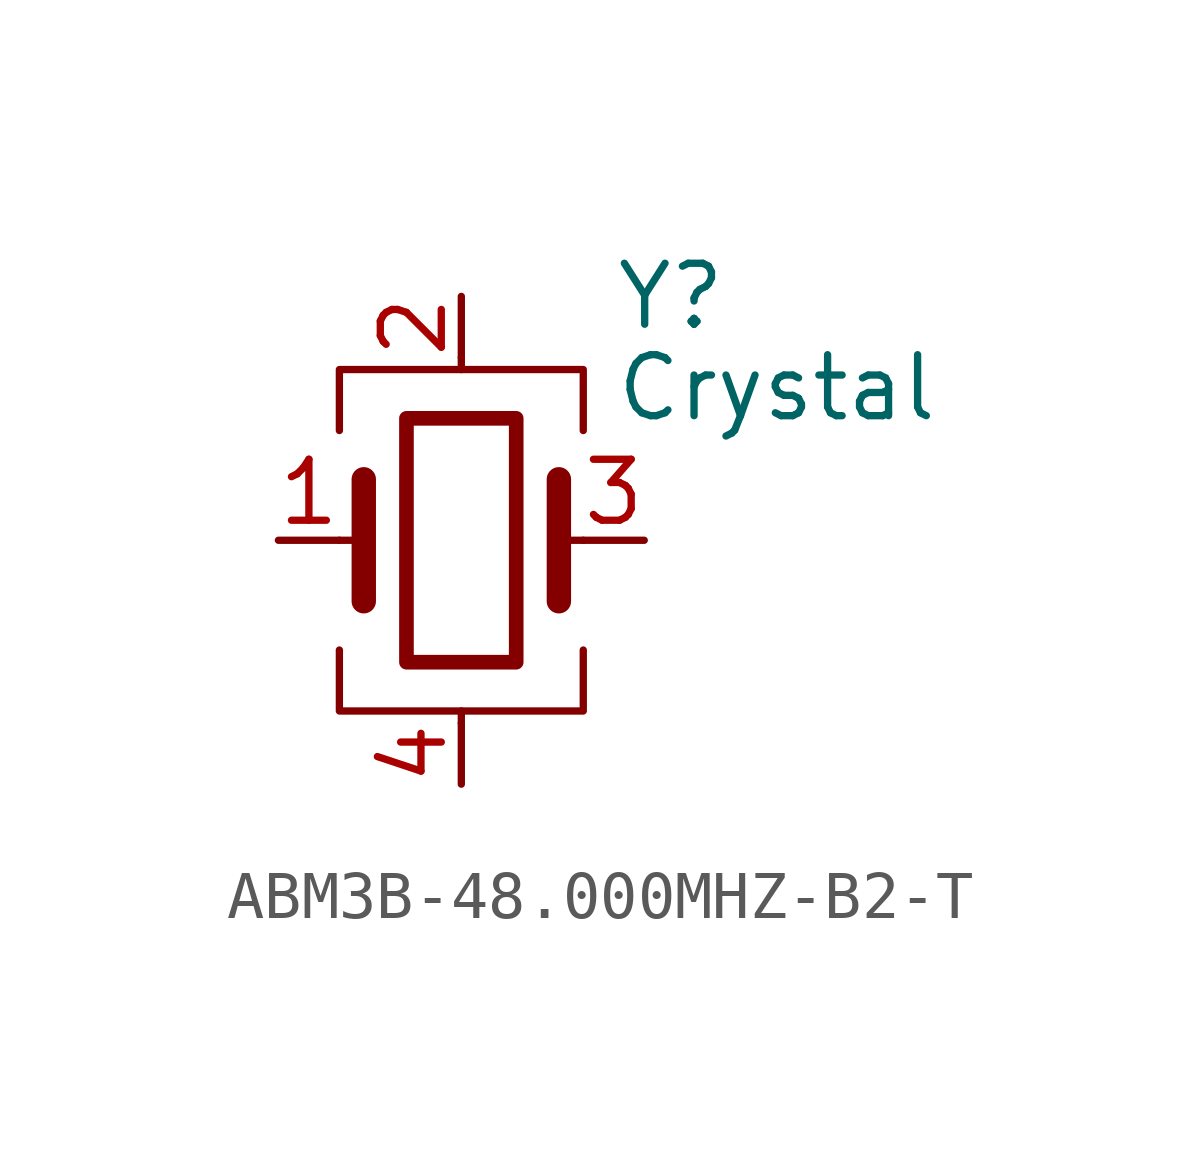
<source format=kicad_sym>
(kicad_symbol_lib
  (version 20241209)
  (generator "kicad_symbol_editor")
  (generator_version "9.0")
  (symbol "ABM3B-48.000MHZ-B2-T"
    (pin_names
      (offset 1.016)
      (hide yes))
    (property "Reference" "Y"
      (at 3.175 5.08 0)
      (effects (font (size 1.27 1.27)) (justify left)))
    (property "Value" "Crystal"
      (at 3.175 3.175 0)
      (effects (font (size 1.27 1.27)) (justify left)))
    (symbol "ABM3B-48.000MHZ-B2-T_0_1"
      (polyline (pts (xy -2.54 2.286) (xy -2.54 3.556) (xy 2.54 3.556) (xy 2.54 2.286)) (stroke (width 0) (type default)) (fill (type none)))
      (polyline (pts (xy -2.54 0) (xy -2.032 0)) (stroke (width 0) (type default)) (fill (type none)))
      (polyline (pts (xy -2.54 -2.286) (xy -2.54 -3.556) (xy 2.54 -3.556) (xy 2.54 -2.286)) (stroke (width 0) (type default)) (fill (type none)))
      (polyline (pts (xy -2.032 -1.27) (xy -2.032 1.27)) (stroke (width 0.508) (type default)) (fill (type none)))
      (rectangle (start -1.143 2.54) (end 1.143 -2.54) (stroke (width 0.305) (type default)) (fill (type none)))
      (polyline (pts (xy 0 3.556) (xy 0 3.81)) (stroke (width 0) (type default)) (fill (type none)))
      (polyline (pts (xy 0 -3.81) (xy 0 -3.556)) (stroke (width 0) (type default)) (fill (type none)))
      (polyline (pts (xy 2.032 0) (xy 2.54 0)) (stroke (width 0) (type default)) (fill (type none)))
      (polyline (pts (xy 2.032 -1.27) (xy 2.032 1.27)) (stroke (width 0.508) (type default)) (fill (type none))))
    (symbol "ABM3B-48.000MHZ-B2-T_1_1"
      (pin passive line (at -3.81 0 0) (length 1.27) (name "1" (effects (font (size 1.27 1.27)))) (number "1" (effects (font (size 1.27 1.27)))))
      (pin passive line (at 0 5.08 270) (length 1.27) (name "2" (effects (font (size 1.27 1.27)))) (number "2" (effects (font (size 1.27 1.27)))))
      (pin passive line (at 0 -5.08 90) (length 1.27) (name "4" (effects (font (size 1.27 1.27)))) (number "4" (effects (font (size 1.27 1.27)))))
      (pin passive line (at 3.81 0 180) (length 1.27) (name "3" (effects (font (size 1.27 1.27)))) (number "3" (effects (font (size 1.27 1.27))))))))
</source>
